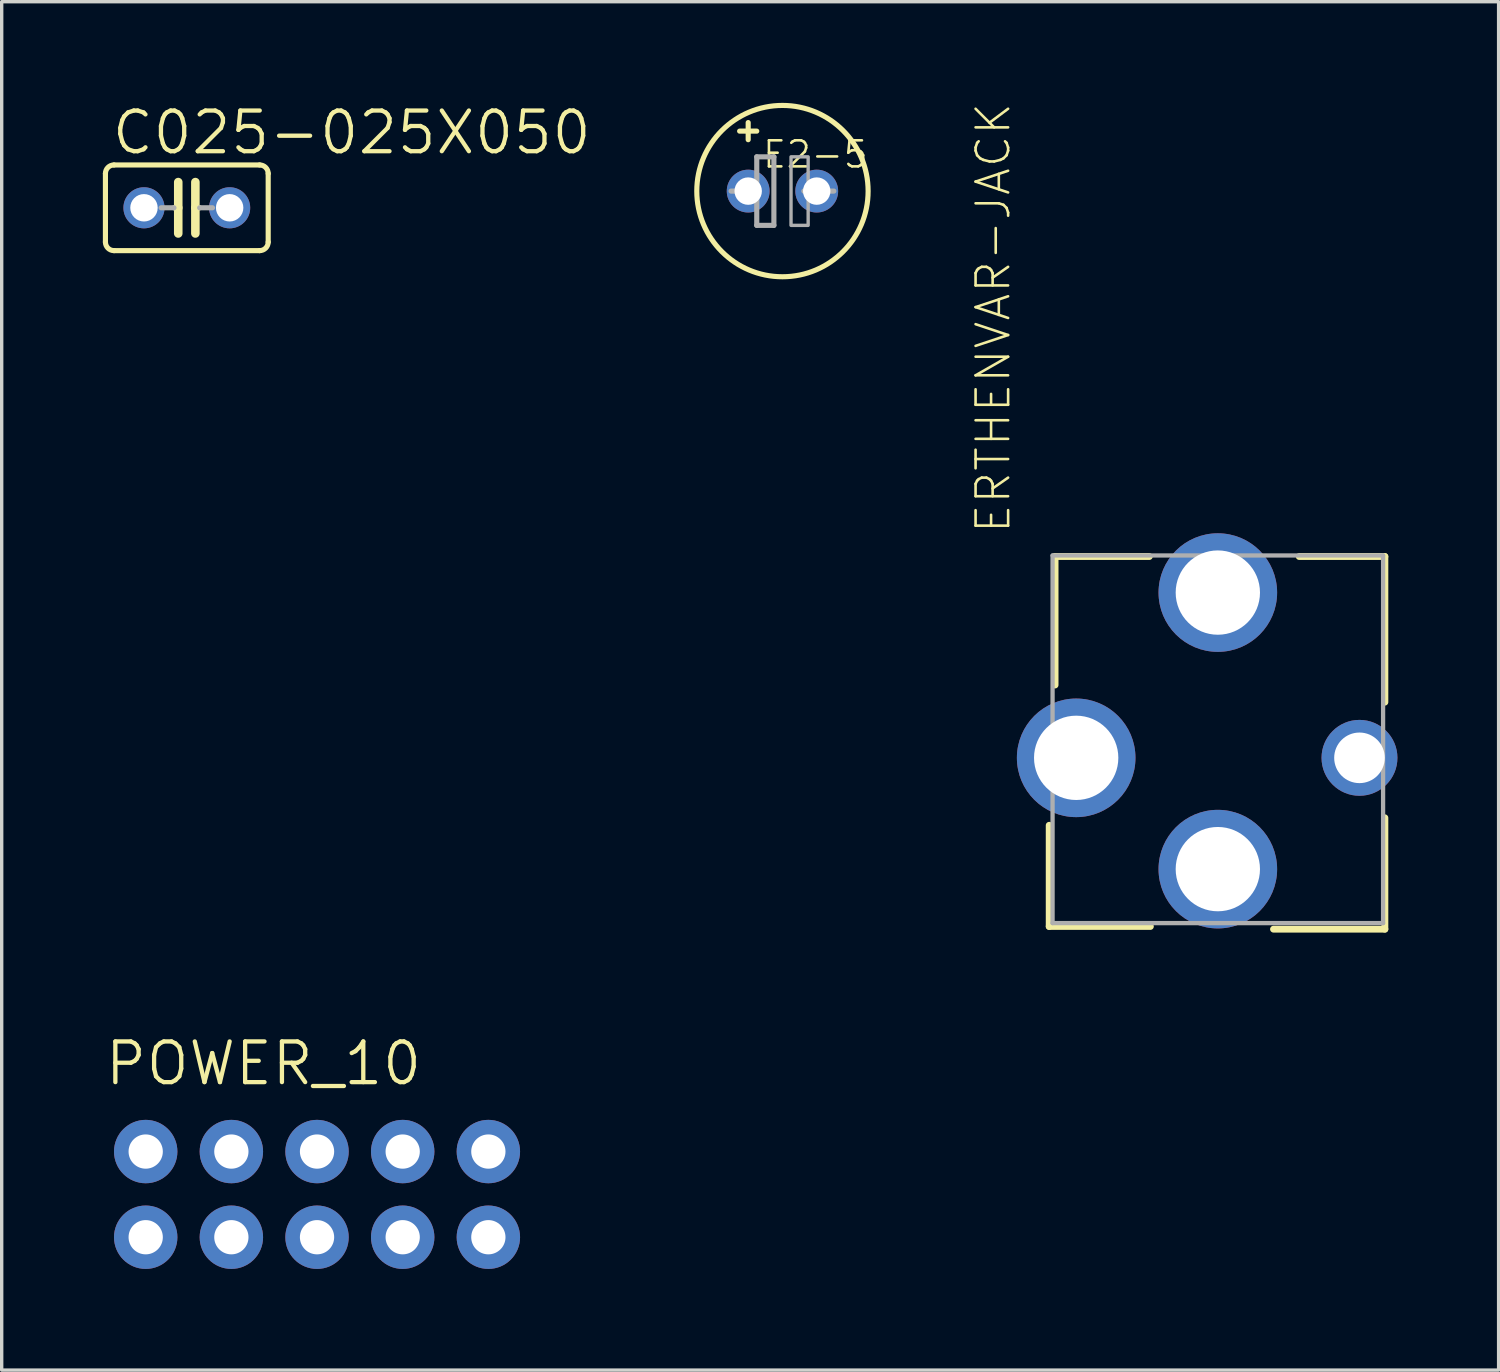
<source format=kicad_pcb>
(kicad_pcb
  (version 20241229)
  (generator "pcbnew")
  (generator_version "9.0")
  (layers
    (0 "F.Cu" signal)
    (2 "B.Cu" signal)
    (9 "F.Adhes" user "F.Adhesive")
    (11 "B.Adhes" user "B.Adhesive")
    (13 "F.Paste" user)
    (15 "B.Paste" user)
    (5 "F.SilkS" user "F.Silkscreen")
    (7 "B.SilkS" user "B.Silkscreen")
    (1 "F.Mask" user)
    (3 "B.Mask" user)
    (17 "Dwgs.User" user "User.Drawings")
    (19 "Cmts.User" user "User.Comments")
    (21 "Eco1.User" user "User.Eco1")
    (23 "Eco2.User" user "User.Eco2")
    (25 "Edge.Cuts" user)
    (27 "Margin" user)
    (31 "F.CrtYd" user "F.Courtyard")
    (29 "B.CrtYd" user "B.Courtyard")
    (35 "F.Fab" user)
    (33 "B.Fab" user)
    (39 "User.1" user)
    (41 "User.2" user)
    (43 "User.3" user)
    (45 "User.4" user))
  (footprint "E2-5"
    (layer "F.Cu")
    (at 20.15 2.616)
    (property "Reference" "E2-5" (at -0.635 -0.635 0) (layer "F.SilkS") (effects (font (size 0.772 0.772) (thickness 0.077)) (justify left bottom)))
    (attr through_hole)
    (fp_line (start -1.27 -1.778) (end -0.762 -1.778) (stroke (width 0.152) (type solid)) (layer "F.SilkS"))
    (fp_line (start -1.016 -1.524) (end -1.016 -2.032) (stroke (width 0.152) (type solid)) (layer "F.SilkS"))
    (fp_circle (center 0 0) (end 2.54 0) (stroke (width 0.152) (type solid)) (fill no) (layer "F.SilkS"))
    (fp_line (start -1.524 0) (end -0.762 0) (stroke (width 0.152) (type solid)) (layer "F.Fab"))
    (fp_line (start -0.762 -1.016) (end -0.762 0) (stroke (width 0.152) (type solid)) (layer "F.Fab"))
    (fp_line (start -0.762 0) (end -0.762 1.016) (stroke (width 0.152) (type solid)) (layer "F.Fab"))
    (fp_line (start -0.762 1.016) (end -0.254 1.016) (stroke (width 0.152) (type solid)) (layer "F.Fab"))
    (fp_line (start -0.254 -1.016) (end -0.762 -1.016) (stroke (width 0.152) (type solid)) (layer "F.Fab"))
    (fp_line (start -0.254 1.016) (end -0.254 -1.016) (stroke (width 0.152) (type solid)) (layer "F.Fab"))
    (fp_line (start 0.635 0) (end 1.524 0) (stroke (width 0.152) (type solid)) (layer "F.Fab"))
    (fp_poly (pts (xy 0.254 1.016) (xy 0.762 1.016) (xy 0.762 -1.016) (xy 0.254 -1.016)) (stroke (width 0.1) (type solid)) (fill no) (layer "F.Fab"))
    (pad "+" thru_hole circle (at -1.016 0) (size 1.27 1.27) (drill 0.813) (layers "*.Cu" "*.Mask"))
    (pad "-" thru_hole circle (at 1.016 0) (size 1.27 1.27) (drill 0.813) (layers "*.Cu" "*.Mask")))
  (footprint "C025-025X050"
    (layer "F.Cu")
    (at 2.489 3.111)
    (property "Reference" "C025-025X050" (at -2.286 -1.524 0) (layer "F.SilkS") (effects (font (size 1.206 1.206) (thickness 0.127)) (justify left bottom)))
    (attr through_hole)
    (fp_line (start -2.413 -1.016) (end -2.413 1.016) (stroke (width 0.152) (type solid)) (layer "F.SilkS"))
    (fp_line (start -2.159 -1.27) (end 2.159 -1.27) (stroke (width 0.152) (type solid)) (layer "F.SilkS"))
    (fp_line (start -0.254 -0.762) (end -0.254 0) (stroke (width 0.254) (type solid)) (layer "F.SilkS"))
    (fp_line (start -0.254 0) (end -0.381 0) (stroke (width 0.152) (type solid)) (layer "F.SilkS"))
    (fp_line (start -0.254 0) (end -0.254 0.762) (stroke (width 0.254) (type solid)) (layer "F.SilkS"))
    (fp_line (start 0.254 0) (end 0.254 -0.762) (stroke (width 0.254) (type solid)) (layer "F.SilkS"))
    (fp_line (start 0.254 0) (end 0.254 0.762) (stroke (width 0.254) (type solid)) (layer "F.SilkS"))
    (fp_line (start 0.381 0) (end 0.254 0) (stroke (width 0.152) (type solid)) (layer "F.SilkS"))
    (fp_line (start 2.159 1.27) (end -2.159 1.27) (stroke (width 0.152) (type solid)) (layer "F.SilkS"))
    (fp_line (start 2.413 -1.016) (end 2.413 1.016) (stroke (width 0.152) (type solid)) (layer "F.SilkS"))
    (fp_arc (start -2.413 -1.016) (mid -2.338605 -1.195605) (end -2.159 -1.27) (stroke (width 0.1524) (type solid)) (layer "F.SilkS"))
    (fp_arc (start -2.159 1.27) (mid -2.338605 1.195605) (end -2.413 1.016) (stroke (width 0.1524) (type solid)) (layer "F.SilkS"))
    (fp_arc (start 2.159 -1.27) (mid 2.338605 -1.195605) (end 2.413 -1.016) (stroke (width 0.1524) (type solid)) (layer "F.SilkS"))
    (fp_arc (start 2.413 1.016) (mid 2.338605 1.195605) (end 2.159 1.27) (stroke (width 0.1524) (type solid)) (layer "F.SilkS"))
    (fp_line (start -0.381 0) (end -0.762 0) (stroke (width 0.152) (type solid)) (layer "F.Fab"))
    (fp_line (start 0.762 0) (end 0.381 0) (stroke (width 0.152) (type solid)) (layer "F.Fab"))
    (pad "1" thru_hole circle (at -1.27 0) (size 1.219 1.219) (drill 0.813) (layers "*.Cu" "*.Mask"))
    (pad "2" thru_hole circle (at 1.27 0) (size 1.219 1.219) (drill 0.813) (layers "*.Cu" "*.Mask")))
  (footprint "POWER_10"
    (layer "F.Cu")
    (at 6.35 32.364)
    (property "Reference" "POWER_10" (at -6.35 -3.175 0) (layer "F.SilkS") (effects (font (size 1.206 1.206) (thickness 0.127)) (justify left bottom)))
    (attr through_hole)
    (fp_poly (pts (xy -5.334 -1.016) (xy -4.826 -1.016) (xy -4.826 -1.524) (xy -5.334 -1.524)) (stroke (width 0.1) (type solid)) (fill no) (layer "F.Fab"))
    (fp_poly (pts (xy -5.334 1.524) (xy -4.826 1.524) (xy -4.826 1.016) (xy -5.334 1.016)) (stroke (width 0.1) (type solid)) (fill no) (layer "F.Fab"))
    (fp_poly (pts (xy -2.794 -1.016) (xy -2.286 -1.016) (xy -2.286 -1.524) (xy -2.794 -1.524)) (stroke (width 0.1) (type solid)) (fill no) (layer "F.Fab"))
    (fp_poly (pts (xy -2.794 1.524) (xy -2.286 1.524) (xy -2.286 1.016) (xy -2.794 1.016)) (stroke (width 0.1) (type solid)) (fill no) (layer "F.Fab"))
    (fp_poly (pts (xy -0.254 -1.016) (xy 0.254 -1.016) (xy 0.254 -1.524) (xy -0.254 -1.524)) (stroke (width 0.1) (type solid)) (fill no) (layer "F.Fab"))
    (fp_poly (pts (xy -0.254 1.524) (xy 0.254 1.524) (xy 0.254 1.016) (xy -0.254 1.016)) (stroke (width 0.1) (type solid)) (fill no) (layer "F.Fab"))
    (fp_poly (pts (xy 2.286 -1.016) (xy 2.794 -1.016) (xy 2.794 -1.524) (xy 2.286 -1.524)) (stroke (width 0.1) (type solid)) (fill no) (layer "F.Fab"))
    (fp_poly (pts (xy 2.286 1.524) (xy 2.794 1.524) (xy 2.794 1.016) (xy 2.286 1.016)) (stroke (width 0.1) (type solid)) (fill no) (layer "F.Fab"))
    (fp_poly (pts (xy 4.826 -1.016) (xy 5.334 -1.016) (xy 5.334 -1.524) (xy 4.826 -1.524)) (stroke (width 0.1) (type solid)) (fill no) (layer "F.Fab"))
    (fp_poly (pts (xy 4.826 1.524) (xy 5.334 1.524) (xy 5.334 1.016) (xy 4.826 1.016)) (stroke (width 0.1) (type solid)) (fill no) (layer "F.Fab"))
    (pad "1" thru_hole circle (at -5.08 1.27) (size 1.88 1.88) (drill 1.016) (layers "*.Cu" "*.Mask"))
    (pad "2" thru_hole circle (at -5.08 -1.27) (size 1.88 1.88) (drill 1.016) (layers "*.Cu" "*.Mask"))
    (pad "3" thru_hole circle (at -2.54 1.27) (size 1.88 1.88) (drill 1.016) (layers "*.Cu" "*.Mask"))
    (pad "4" thru_hole circle (at -2.54 -1.27) (size 1.88 1.88) (drill 1.016) (layers "*.Cu" "*.Mask"))
    (pad "5" thru_hole circle (at 0 1.27) (size 1.88 1.88) (drill 1.016) (layers "*.Cu" "*.Mask"))
    (pad "6" thru_hole circle (at 0 -1.27) (size 1.88 1.88) (drill 1.016) (layers "*.Cu" "*.Mask"))
    (pad "7" thru_hole circle (at 2.54 1.27) (size 1.88 1.88) (drill 1.016) (layers "*.Cu" "*.Mask"))
    (pad "8" thru_hole circle (at 2.54 -1.27) (size 1.88 1.88) (drill 1.016) (layers "*.Cu" "*.Mask"))
    (pad "9" thru_hole circle (at 5.08 1.27) (size 1.88 1.88) (drill 1.016) (layers "*.Cu" "*.Mask"))
    (pad "10" thru_hole circle (at 5.08 -1.27) (size 1.88 1.88) (drill 1.016) (layers "*.Cu" "*.Mask")))
  (footprint "ERTHENVAR-JACK"
    (layer "F.Cu")
    (at 33.059 19.42)
    (property "Reference" "ERTHENVAR-JACK" (at -6.096 -6.604 270) (layer "F.SilkS") (effects (font (size 0.965 0.965) (thickness 0.077)) (justify left bottom)))
    (attr through_hole)
    (fp_line (start -5 2) (end -5 5) (stroke (width 0.203) (type solid)) (layer "F.SilkS"))
    (fp_line (start -5 5) (end -2 5) (stroke (width 0.203) (type solid)) (layer "F.SilkS"))
    (fp_line (start -4.826 -5.969) (end -4.826 -2.159) (stroke (width 0.203) (type solid)) (layer "F.SilkS"))
    (fp_line (start -2.032 -5.969) (end -4.826 -5.969) (stroke (width 0.203) (type solid)) (layer "F.SilkS"))
    (fp_line (start 1.651 5.08) (end 4.953 5.08) (stroke (width 0.203) (type solid)) (layer "F.SilkS"))
    (fp_line (start 4.953 -5.969) (end 2.413 -5.969) (stroke (width 0.203) (type solid)) (layer "F.SilkS"))
    (fp_line (start 4.953 -1.651) (end 4.953 -5.969) (stroke (width 0.203) (type solid)) (layer "F.SilkS"))
    (fp_line (start 4.953 5.08) (end 4.953 1.778) (stroke (width 0.203) (type solid)) (layer "F.SilkS"))
    (fp_line (start -4.9 -6) (end 4.9 -6) (stroke (width 0.127) (type solid)) (layer "F.Fab"))
    (fp_line (start -4.9 4.9) (end -4.9 -6) (stroke (width 0.127) (type solid)) (layer "F.Fab"))
    (fp_line (start 4.9 -6) (end 4.9 4.9) (stroke (width 0.127) (type solid)) (layer "F.Fab"))
    (fp_line (start 4.9 4.9) (end -4.9 4.9) (stroke (width 0.127) (type solid)) (layer "F.Fab"))
    (pad "1@1" thru_hole circle (at -4.2 0 90) (size 3.516 3.516) (drill 2.5) (layers "*.Cu" "*.Mask"))
    (pad "1@2" thru_hole circle (at 4.2 0 90) (size 2.25 2.25) (drill 1.5) (layers "*.Cu" "*.Mask"))
    (pad "2" thru_hole circle (at 0 3.3 90) (size 3.516 3.516) (drill 2.5) (layers "*.Cu" "*.Mask"))
    (pad "3" thru_hole circle (at 0 -4.9 90) (size 3.516 3.516) (drill 2.5) (layers "*.Cu" "*.Mask")))
  (gr_rect
    (start -3 -3)
    (end 41.384 37.574)
    (stroke (width 0.1) (type default))
    (fill no)
    (layer "Edge.Cuts")))
</source>
